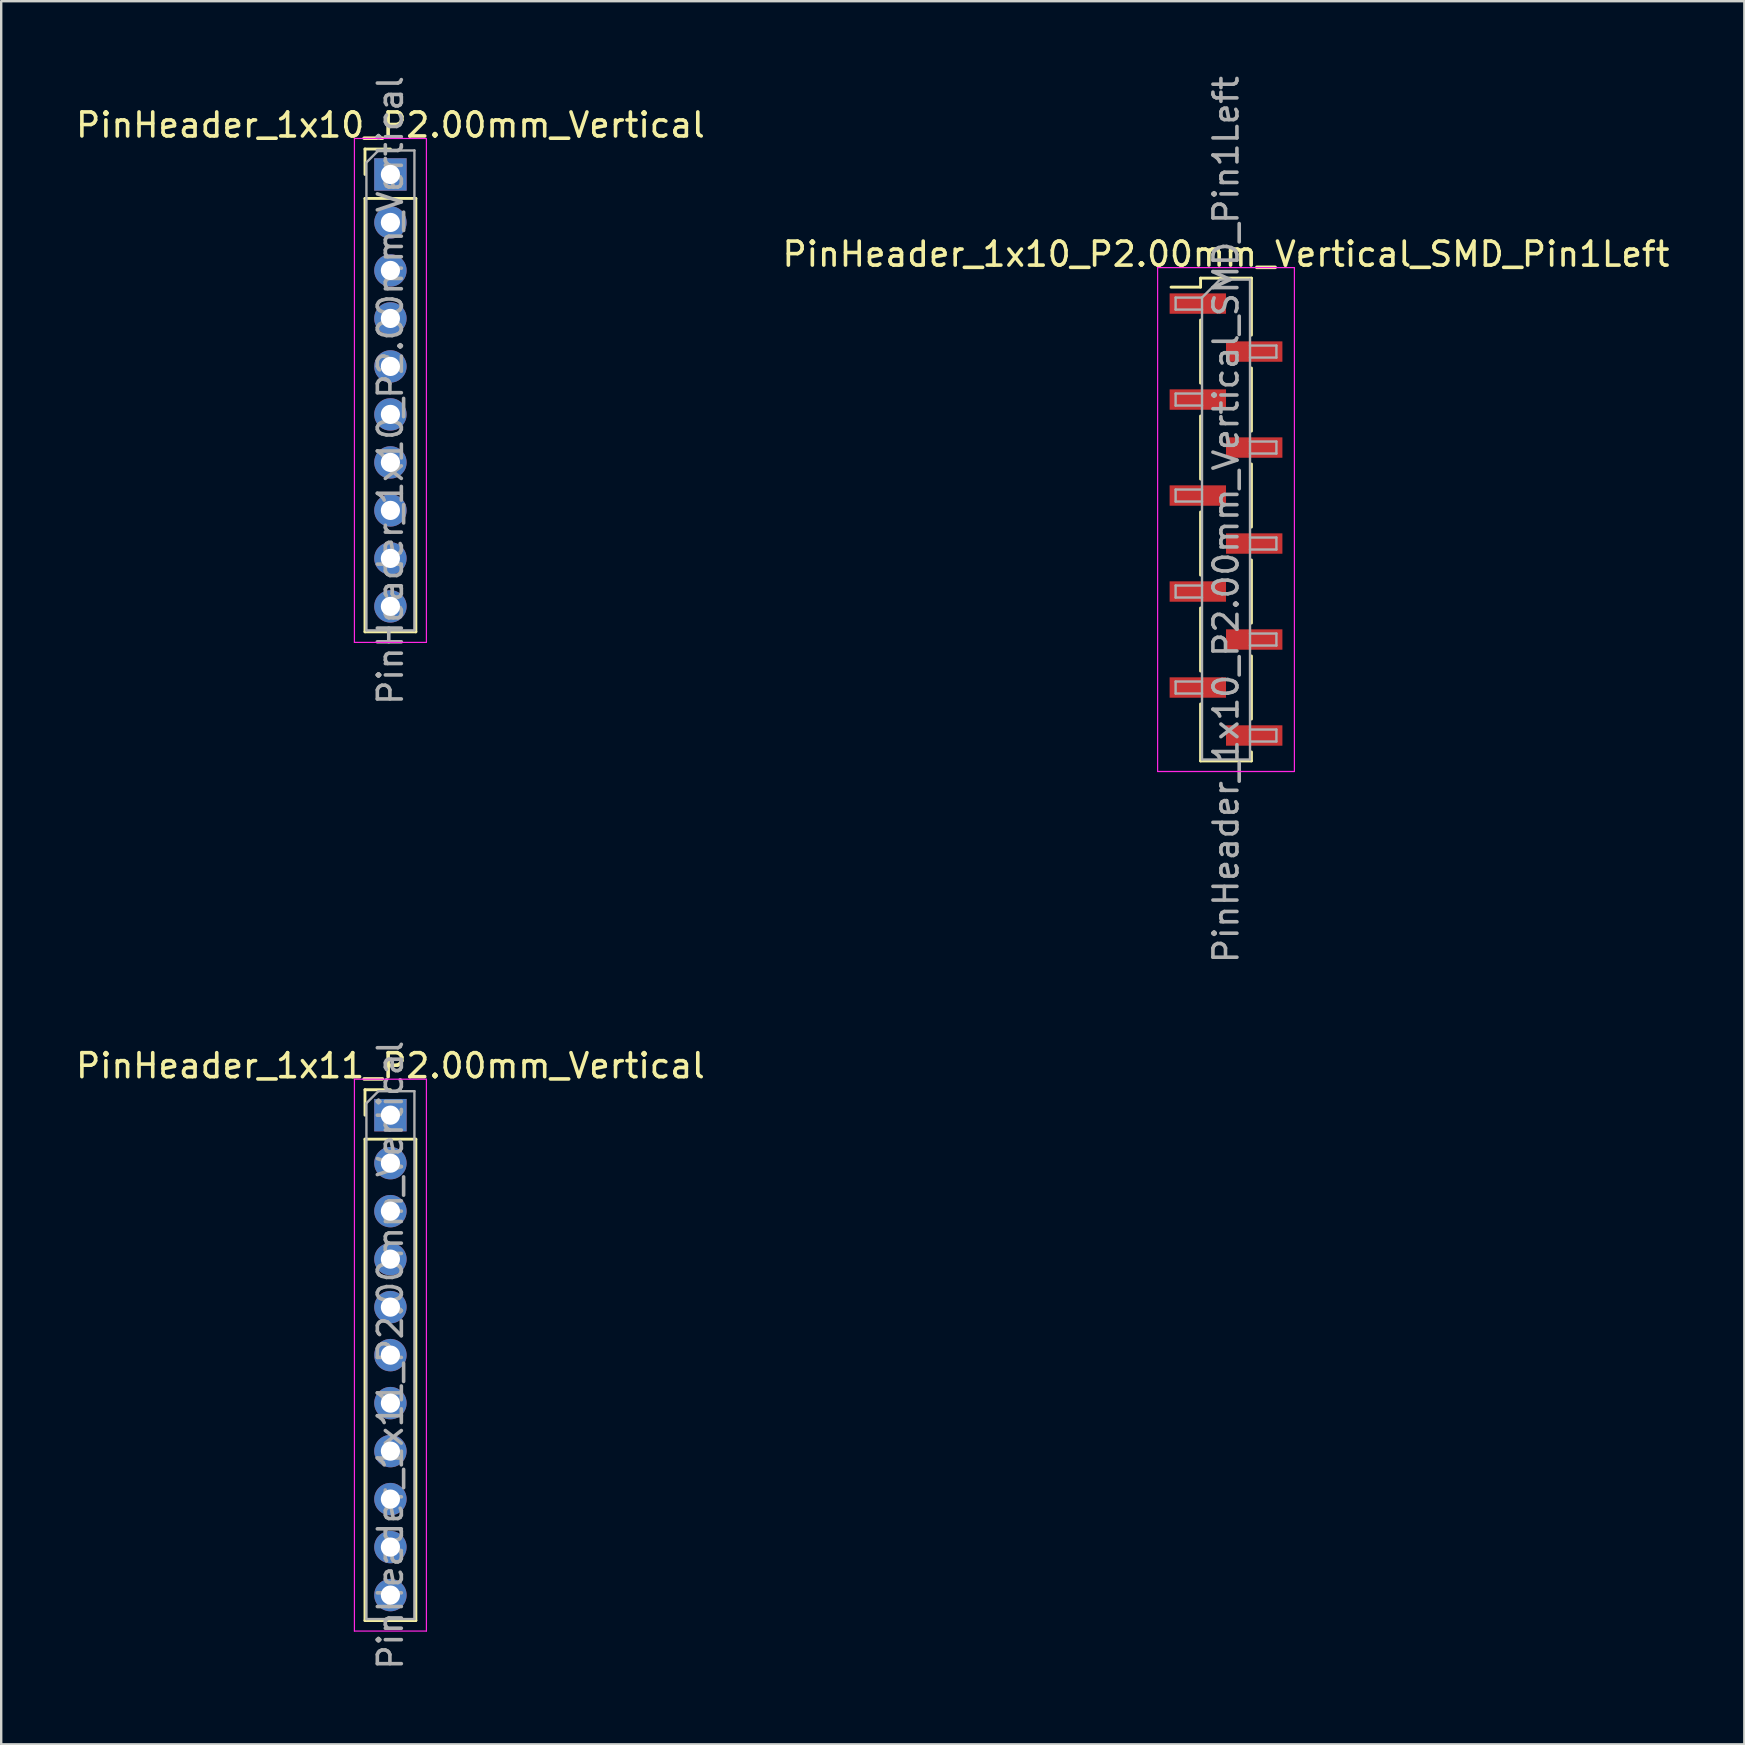
<source format=kicad_pcb>
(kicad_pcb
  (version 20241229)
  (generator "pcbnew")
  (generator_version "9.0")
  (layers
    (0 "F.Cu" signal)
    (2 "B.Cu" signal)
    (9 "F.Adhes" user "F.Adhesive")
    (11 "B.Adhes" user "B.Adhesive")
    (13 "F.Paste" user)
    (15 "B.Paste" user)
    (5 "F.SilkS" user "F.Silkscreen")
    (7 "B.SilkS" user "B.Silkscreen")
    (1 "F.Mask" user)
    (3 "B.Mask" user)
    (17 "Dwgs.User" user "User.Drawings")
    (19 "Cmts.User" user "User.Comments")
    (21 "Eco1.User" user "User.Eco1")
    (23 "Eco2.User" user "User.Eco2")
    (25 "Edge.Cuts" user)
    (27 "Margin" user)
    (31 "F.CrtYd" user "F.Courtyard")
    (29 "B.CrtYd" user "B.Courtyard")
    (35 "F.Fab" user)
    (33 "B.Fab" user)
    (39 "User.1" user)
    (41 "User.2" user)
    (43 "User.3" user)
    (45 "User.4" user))
  (footprint "PinHeader_1x11_P2.00mm_Vertical"
    (layer "F.Cu")
    (at 13.22 43.423)
    (property "Reference" "PinHeader_1x11_P2.00mm_Vertical" (at 0 -2.06 0) (layer "F.SilkS") (effects (font (size 1 1) (thickness 0.15))))
    (attr through_hole)
    (fp_line (start -1.06 -1.06) (end 0 -1.06) (stroke (width 0.12) (type solid)) (layer "F.SilkS"))
    (fp_line (start -1.06 0) (end -1.06 -1.06) (stroke (width 0.12) (type solid)) (layer "F.SilkS"))
    (fp_line (start -1.06 1) (end -1.06 21.06) (stroke (width 0.12) (type solid)) (layer "F.SilkS"))
    (fp_line (start -1.06 1) (end 1.06 1) (stroke (width 0.12) (type solid)) (layer "F.SilkS"))
    (fp_line (start -1.06 21.06) (end 1.06 21.06) (stroke (width 0.12) (type solid)) (layer "F.SilkS"))
    (fp_line (start 1.06 1) (end 1.06 21.06) (stroke (width 0.12) (type solid)) (layer "F.SilkS"))
    (fp_line (start -1.5 -1.5) (end -1.5 21.5) (stroke (width 0.05) (type solid)) (layer "F.CrtYd"))
    (fp_line (start -1.5 21.5) (end 1.5 21.5) (stroke (width 0.05) (type solid)) (layer "F.CrtYd"))
    (fp_line (start 1.5 -1.5) (end -1.5 -1.5) (stroke (width 0.05) (type solid)) (layer "F.CrtYd"))
    (fp_line (start 1.5 21.5) (end 1.5 -1.5) (stroke (width 0.05) (type solid)) (layer "F.CrtYd"))
    (fp_line (start -1 -0.5) (end -0.5 -1) (stroke (width 0.1) (type solid)) (layer "F.Fab"))
    (fp_line (start -1 21) (end -1 -0.5) (stroke (width 0.1) (type solid)) (layer "F.Fab"))
    (fp_line (start -0.5 -1) (end 1 -1) (stroke (width 0.1) (type solid)) (layer "F.Fab"))
    (fp_line (start 1 -1) (end 1 21) (stroke (width 0.1) (type solid)) (layer "F.Fab"))
    (fp_line (start 1 21) (end -1 21) (stroke (width 0.1) (type solid)) (layer "F.Fab"))
    (fp_text user "${REFERENCE}" (at 0 10 90) (layer "F.Fab") (effects (font (size 1 1) (thickness 0.15))))
    (pad "1" thru_hole rect (at 0 0) (size 1.35 1.35) (drill 0.8) (layers "*.Cu" "*.Mask"))
    (pad "2" thru_hole oval (at 0 2) (size 1.35 1.35) (drill 0.8) (layers "*.Cu" "*.Mask"))
    (pad "3" thru_hole oval (at 0 4) (size 1.35 1.35) (drill 0.8) (layers "*.Cu" "*.Mask"))
    (pad "4" thru_hole oval (at 0 6) (size 1.35 1.35) (drill 0.8) (layers "*.Cu" "*.Mask"))
    (pad "5" thru_hole oval (at 0 8) (size 1.35 1.35) (drill 0.8) (layers "*.Cu" "*.Mask"))
    (pad "6" thru_hole oval (at 0 10) (size 1.35 1.35) (drill 0.8) (layers "*.Cu" "*.Mask"))
    (pad "7" thru_hole oval (at 0 12) (size 1.35 1.35) (drill 0.8) (layers "*.Cu" "*.Mask"))
    (pad "8" thru_hole oval (at 0 14) (size 1.35 1.35) (drill 0.8) (layers "*.Cu" "*.Mask"))
    (pad "9" thru_hole oval (at 0 16) (size 1.35 1.35) (drill 0.8) (layers "*.Cu" "*.Mask"))
    (pad "10" thru_hole oval (at 0 18) (size 1.35 1.35) (drill 0.8) (layers "*.Cu" "*.Mask"))
    (pad "11" thru_hole oval (at 0 20) (size 1.35 1.35) (drill 0.8) (layers "*.Cu" "*.Mask")))
  (footprint "PinHeader_1x10_P2.00mm_Vertical_SMD_Pin1Left"
    (layer "F.Cu")
    (at 48.042 18.601)
    (property "Reference" "PinHeader_1x10_P2.00mm_Vertical_SMD_Pin1Left" (at 0 -11.06 0) (layer "F.SilkS") (effects (font (size 1 1) (thickness 0.15))))
    (attr smd)
    (fp_line (start -1.06 -10.06) (end -1.06 -9.685) (stroke (width 0.12) (type solid)) (layer "F.SilkS"))
    (fp_line (start -1.06 -10.06) (end 1.06 -10.06) (stroke (width 0.12) (type solid)) (layer "F.SilkS"))
    (fp_line (start -1.06 -9.685) (end -2.29 -9.685) (stroke (width 0.12) (type solid)) (layer "F.SilkS"))
    (fp_line (start -1.06 -8.315) (end -1.06 -5.685) (stroke (width 0.12) (type solid)) (layer "F.SilkS"))
    (fp_line (start -1.06 -4.315) (end -1.06 -1.685) (stroke (width 0.12) (type solid)) (layer "F.SilkS"))
    (fp_line (start -1.06 -0.315) (end -1.06 2.315) (stroke (width 0.12) (type solid)) (layer "F.SilkS"))
    (fp_line (start -1.06 3.685) (end -1.06 6.315) (stroke (width 0.12) (type solid)) (layer "F.SilkS"))
    (fp_line (start -1.06 7.685) (end -1.06 10.06) (stroke (width 0.12) (type solid)) (layer "F.SilkS"))
    (fp_line (start -1.06 10.06) (end 1.06 10.06) (stroke (width 0.12) (type solid)) (layer "F.SilkS"))
    (fp_line (start 1.06 -10.06) (end 1.06 -7.685) (stroke (width 0.12) (type solid)) (layer "F.SilkS"))
    (fp_line (start 1.06 -6.315) (end 1.06 -3.685) (stroke (width 0.12) (type solid)) (layer "F.SilkS"))
    (fp_line (start 1.06 -2.315) (end 1.06 0.315) (stroke (width 0.12) (type solid)) (layer "F.SilkS"))
    (fp_line (start 1.06 1.685) (end 1.06 4.315) (stroke (width 0.12) (type solid)) (layer "F.SilkS"))
    (fp_line (start 1.06 5.685) (end 1.06 8.315) (stroke (width 0.12) (type solid)) (layer "F.SilkS"))
    (fp_line (start 1.06 9.685) (end 1.06 10.06) (stroke (width 0.12) (type solid)) (layer "F.SilkS"))
    (fp_line (start -2.85 -10.5) (end -2.85 10.5) (stroke (width 0.05) (type solid)) (layer "F.CrtYd"))
    (fp_line (start -2.85 10.5) (end 2.85 10.5) (stroke (width 0.05) (type solid)) (layer "F.CrtYd"))
    (fp_line (start 2.85 -10.5) (end -2.85 -10.5) (stroke (width 0.05) (type solid)) (layer "F.CrtYd"))
    (fp_line (start 2.85 10.5) (end 2.85 -10.5) (stroke (width 0.05) (type solid)) (layer "F.CrtYd"))
    (fp_line (start -2.1 -9.25) (end -2.1 -8.75) (stroke (width 0.1) (type solid)) (layer "F.Fab"))
    (fp_line (start -2.1 -8.75) (end -1 -8.75) (stroke (width 0.1) (type solid)) (layer "F.Fab"))
    (fp_line (start -2.1 -5.25) (end -2.1 -4.75) (stroke (width 0.1) (type solid)) (layer "F.Fab"))
    (fp_line (start -2.1 -4.75) (end -1 -4.75) (stroke (width 0.1) (type solid)) (layer "F.Fab"))
    (fp_line (start -2.1 -1.25) (end -2.1 -0.75) (stroke (width 0.1) (type solid)) (layer "F.Fab"))
    (fp_line (start -2.1 -0.75) (end -1 -0.75) (stroke (width 0.1) (type solid)) (layer "F.Fab"))
    (fp_line (start -2.1 2.75) (end -2.1 3.25) (stroke (width 0.1) (type solid)) (layer "F.Fab"))
    (fp_line (start -2.1 3.25) (end -1 3.25) (stroke (width 0.1) (type solid)) (layer "F.Fab"))
    (fp_line (start -2.1 6.75) (end -2.1 7.25) (stroke (width 0.1) (type solid)) (layer "F.Fab"))
    (fp_line (start -2.1 7.25) (end -1 7.25) (stroke (width 0.1) (type solid)) (layer "F.Fab"))
    (fp_line (start -1 -9.25) (end -2.1 -9.25) (stroke (width 0.1) (type solid)) (layer "F.Fab"))
    (fp_line (start -1 -9.25) (end -0.25 -10) (stroke (width 0.1) (type solid)) (layer "F.Fab"))
    (fp_line (start -1 -5.25) (end -2.1 -5.25) (stroke (width 0.1) (type solid)) (layer "F.Fab"))
    (fp_line (start -1 -1.25) (end -2.1 -1.25) (stroke (width 0.1) (type solid)) (layer "F.Fab"))
    (fp_line (start -1 2.75) (end -2.1 2.75) (stroke (width 0.1) (type solid)) (layer "F.Fab"))
    (fp_line (start -1 6.75) (end -2.1 6.75) (stroke (width 0.1) (type solid)) (layer "F.Fab"))
    (fp_line (start -1 10) (end -1 -9.25) (stroke (width 0.1) (type solid)) (layer "F.Fab"))
    (fp_line (start -0.25 -10) (end 1 -10) (stroke (width 0.1) (type solid)) (layer "F.Fab"))
    (fp_line (start 1 -10) (end 1 10) (stroke (width 0.1) (type solid)) (layer "F.Fab"))
    (fp_line (start 1 -7.25) (end 2.1 -7.25) (stroke (width 0.1) (type solid)) (layer "F.Fab"))
    (fp_line (start 1 -3.25) (end 2.1 -3.25) (stroke (width 0.1) (type solid)) (layer "F.Fab"))
    (fp_line (start 1 0.75) (end 2.1 0.75) (stroke (width 0.1) (type solid)) (layer "F.Fab"))
    (fp_line (start 1 4.75) (end 2.1 4.75) (stroke (width 0.1) (type solid)) (layer "F.Fab"))
    (fp_line (start 1 8.75) (end 2.1 8.75) (stroke (width 0.1) (type solid)) (layer "F.Fab"))
    (fp_line (start 1 10) (end -1 10) (stroke (width 0.1) (type solid)) (layer "F.Fab"))
    (fp_line (start 2.1 -7.25) (end 2.1 -6.75) (stroke (width 0.1) (type solid)) (layer "F.Fab"))
    (fp_line (start 2.1 -6.75) (end 1 -6.75) (stroke (width 0.1) (type solid)) (layer "F.Fab"))
    (fp_line (start 2.1 -3.25) (end 2.1 -2.75) (stroke (width 0.1) (type solid)) (layer "F.Fab"))
    (fp_line (start 2.1 -2.75) (end 1 -2.75) (stroke (width 0.1) (type solid)) (layer "F.Fab"))
    (fp_line (start 2.1 0.75) (end 2.1 1.25) (stroke (width 0.1) (type solid)) (layer "F.Fab"))
    (fp_line (start 2.1 1.25) (end 1 1.25) (stroke (width 0.1) (type solid)) (layer "F.Fab"))
    (fp_line (start 2.1 4.75) (end 2.1 5.25) (stroke (width 0.1) (type solid)) (layer "F.Fab"))
    (fp_line (start 2.1 5.25) (end 1 5.25) (stroke (width 0.1) (type solid)) (layer "F.Fab"))
    (fp_line (start 2.1 8.75) (end 2.1 9.25) (stroke (width 0.1) (type solid)) (layer "F.Fab"))
    (fp_line (start 2.1 9.25) (end 1 9.25) (stroke (width 0.1) (type solid)) (layer "F.Fab"))
    (fp_text user "${REFERENCE}" (at 0 0 90) (layer "F.Fab") (effects (font (size 1 1) (thickness 0.15))))
    (pad "1" smd rect (at -1.175 -9) (size 2.35 0.85) (layers "F.Cu" "F.Mask" "F.Paste"))
    (pad "2" smd rect (at 1.175 -7) (size 2.35 0.85) (layers "F.Cu" "F.Mask" "F.Paste"))
    (pad "3" smd rect (at -1.175 -5) (size 2.35 0.85) (layers "F.Cu" "F.Mask" "F.Paste"))
    (pad "4" smd rect (at 1.175 -3) (size 2.35 0.85) (layers "F.Cu" "F.Mask" "F.Paste"))
    (pad "5" smd rect (at -1.175 -1) (size 2.35 0.85) (layers "F.Cu" "F.Mask" "F.Paste"))
    (pad "6" smd rect (at 1.175 1) (size 2.35 0.85) (layers "F.Cu" "F.Mask" "F.Paste"))
    (pad "7" smd rect (at -1.175 3) (size 2.35 0.85) (layers "F.Cu" "F.Mask" "F.Paste"))
    (pad "8" smd rect (at 1.175 5) (size 2.35 0.85) (layers "F.Cu" "F.Mask" "F.Paste"))
    (pad "9" smd rect (at -1.175 7) (size 2.35 0.85) (layers "F.Cu" "F.Mask" "F.Paste"))
    (pad "10" smd rect (at 1.175 9) (size 2.35 0.85) (layers "F.Cu" "F.Mask" "F.Paste")))
  (footprint "PinHeader_1x10_P2.00mm_Vertical"
    (layer "F.Cu")
    (at 13.22 4.22)
    (property "Reference" "PinHeader_1x10_P2.00mm_Vertical" (at 0 -2.06 0) (layer "F.SilkS") (effects (font (size 1 1) (thickness 0.15))))
    (attr through_hole)
    (fp_line (start -1.06 -1.06) (end 0 -1.06) (stroke (width 0.12) (type solid)) (layer "F.SilkS"))
    (fp_line (start -1.06 0) (end -1.06 -1.06) (stroke (width 0.12) (type solid)) (layer "F.SilkS"))
    (fp_line (start -1.06 1) (end -1.06 19.06) (stroke (width 0.12) (type solid)) (layer "F.SilkS"))
    (fp_line (start -1.06 1) (end 1.06 1) (stroke (width 0.12) (type solid)) (layer "F.SilkS"))
    (fp_line (start -1.06 19.06) (end 1.06 19.06) (stroke (width 0.12) (type solid)) (layer "F.SilkS"))
    (fp_line (start 1.06 1) (end 1.06 19.06) (stroke (width 0.12) (type solid)) (layer "F.SilkS"))
    (fp_line (start -1.5 -1.5) (end -1.5 19.5) (stroke (width 0.05) (type solid)) (layer "F.CrtYd"))
    (fp_line (start -1.5 19.5) (end 1.5 19.5) (stroke (width 0.05) (type solid)) (layer "F.CrtYd"))
    (fp_line (start 1.5 -1.5) (end -1.5 -1.5) (stroke (width 0.05) (type solid)) (layer "F.CrtYd"))
    (fp_line (start 1.5 19.5) (end 1.5 -1.5) (stroke (width 0.05) (type solid)) (layer "F.CrtYd"))
    (fp_line (start -1 -0.5) (end -0.5 -1) (stroke (width 0.1) (type solid)) (layer "F.Fab"))
    (fp_line (start -1 19) (end -1 -0.5) (stroke (width 0.1) (type solid)) (layer "F.Fab"))
    (fp_line (start -0.5 -1) (end 1 -1) (stroke (width 0.1) (type solid)) (layer "F.Fab"))
    (fp_line (start 1 -1) (end 1 19) (stroke (width 0.1) (type solid)) (layer "F.Fab"))
    (fp_line (start 1 19) (end -1 19) (stroke (width 0.1) (type solid)) (layer "F.Fab"))
    (fp_text user "${REFERENCE}" (at 0 9 90) (layer "F.Fab") (effects (font (size 1 1) (thickness 0.15))))
    (pad "1" thru_hole rect (at 0 0) (size 1.35 1.35) (drill 0.8) (layers "*.Cu" "*.Mask"))
    (pad "2" thru_hole oval (at 0 2) (size 1.35 1.35) (drill 0.8) (layers "*.Cu" "*.Mask"))
    (pad "3" thru_hole oval (at 0 4) (size 1.35 1.35) (drill 0.8) (layers "*.Cu" "*.Mask"))
    (pad "4" thru_hole oval (at 0 6) (size 1.35 1.35) (drill 0.8) (layers "*.Cu" "*.Mask"))
    (pad "5" thru_hole oval (at 0 8) (size 1.35 1.35) (drill 0.8) (layers "*.Cu" "*.Mask"))
    (pad "6" thru_hole oval (at 0 10) (size 1.35 1.35) (drill 0.8) (layers "*.Cu" "*.Mask"))
    (pad "7" thru_hole oval (at 0 12) (size 1.35 1.35) (drill 0.8) (layers "*.Cu" "*.Mask"))
    (pad "8" thru_hole oval (at 0 14) (size 1.35 1.35) (drill 0.8) (layers "*.Cu" "*.Mask"))
    (pad "9" thru_hole oval (at 0 16) (size 1.35 1.35) (drill 0.8) (layers "*.Cu" "*.Mask"))
    (pad "10" thru_hole oval (at 0 18) (size 1.35 1.35) (drill 0.8) (layers "*.Cu" "*.Mask")))
  (gr_rect
    (start -3 -3)
    (end 69.643 69.643)
    (stroke (width 0.1) (type default))
    (fill no)
    (layer "Edge.Cuts")))
</source>
